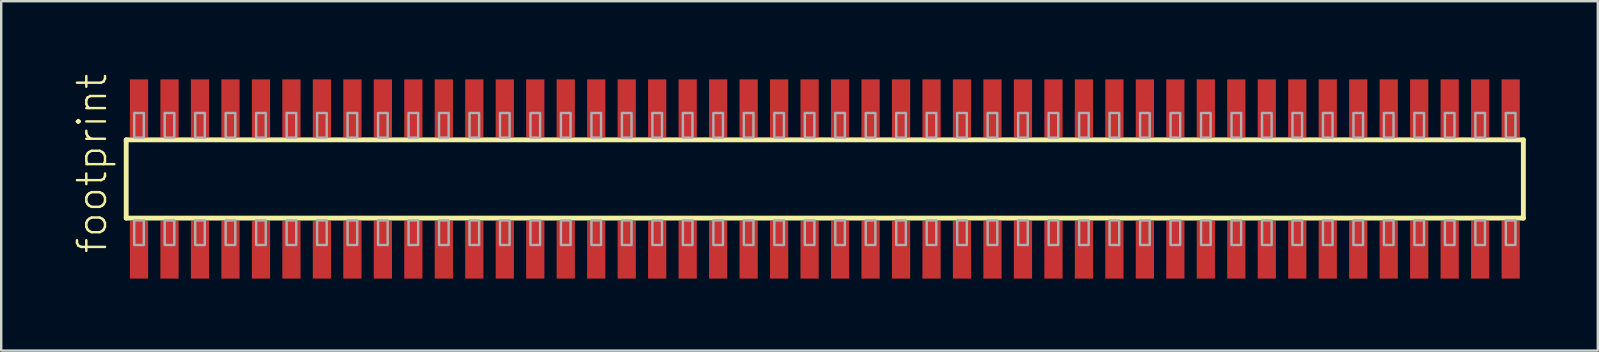
<source format=kicad_pcb>
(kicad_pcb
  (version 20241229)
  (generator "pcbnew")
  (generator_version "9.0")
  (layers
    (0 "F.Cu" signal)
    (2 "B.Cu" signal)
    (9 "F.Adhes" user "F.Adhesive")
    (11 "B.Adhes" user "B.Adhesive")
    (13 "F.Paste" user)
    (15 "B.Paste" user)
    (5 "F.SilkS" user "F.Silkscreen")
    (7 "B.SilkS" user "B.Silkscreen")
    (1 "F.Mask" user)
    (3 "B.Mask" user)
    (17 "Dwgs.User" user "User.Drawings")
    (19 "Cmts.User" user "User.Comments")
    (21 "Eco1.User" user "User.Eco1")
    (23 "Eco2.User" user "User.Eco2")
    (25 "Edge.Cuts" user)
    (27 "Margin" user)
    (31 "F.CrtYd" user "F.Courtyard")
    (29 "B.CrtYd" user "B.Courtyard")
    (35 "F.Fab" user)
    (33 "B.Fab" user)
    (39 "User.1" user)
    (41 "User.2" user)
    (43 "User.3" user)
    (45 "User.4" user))
  (footprint "footprint"
    (layer "F.Cu")
    (at 31.318 4.407)
    (property "Reference" "footprint" (at -29.845 3.175 90) (layer "F.SilkS") (effects (font (size 1.168 1.168) (thickness 0.102)) (justify left bottom)))
    (fp_line (start -29.11 -1.63) (end 29.105 -1.63) (stroke (width 0.203) (type solid)) (layer "F.SilkS"))
    (fp_line (start -29.11 1.63) (end -29.11 -1.63) (stroke (width 0.203) (type solid)) (layer "F.SilkS"))
    (fp_line (start 29.105 -1.63) (end 29.105 1.63) (stroke (width 0.203) (type solid)) (layer "F.SilkS"))
    (fp_line (start 29.105 1.63) (end -29.11 1.63) (stroke (width 0.203) (type solid)) (layer "F.SilkS"))
    (fp_poly (pts (xy -28.775 -1.725) (xy -28.375 -1.725) (xy -28.375 -2.75) (xy -28.775 -2.75)) (stroke (width 0.1) (type solid)) (fill no) (layer "F.Fab"))
    (fp_poly (pts (xy -28.375 1.725) (xy -28.775 1.725) (xy -28.775 2.75) (xy -28.375 2.75)) (stroke (width 0.1) (type solid)) (fill no) (layer "F.Fab"))
    (fp_poly (pts (xy -27.505 -1.725) (xy -27.105 -1.725) (xy -27.105 -2.75) (xy -27.505 -2.75)) (stroke (width 0.1) (type solid)) (fill no) (layer "F.Fab"))
    (fp_poly (pts (xy -27.105 1.725) (xy -27.505 1.725) (xy -27.505 2.75) (xy -27.105 2.75)) (stroke (width 0.1) (type solid)) (fill no) (layer "F.Fab"))
    (fp_poly (pts (xy -26.235 -1.725) (xy -25.835 -1.725) (xy -25.835 -2.75) (xy -26.235 -2.75)) (stroke (width 0.1) (type solid)) (fill no) (layer "F.Fab"))
    (fp_poly (pts (xy -25.835 1.725) (xy -26.235 1.725) (xy -26.235 2.75) (xy -25.835 2.75)) (stroke (width 0.1) (type solid)) (fill no) (layer "F.Fab"))
    (fp_poly (pts (xy -24.965 -1.725) (xy -24.565 -1.725) (xy -24.565 -2.75) (xy -24.965 -2.75)) (stroke (width 0.1) (type solid)) (fill no) (layer "F.Fab"))
    (fp_poly (pts (xy -24.565 1.725) (xy -24.965 1.725) (xy -24.965 2.75) (xy -24.565 2.75)) (stroke (width 0.1) (type solid)) (fill no) (layer "F.Fab"))
    (fp_poly (pts (xy -23.695 -1.725) (xy -23.295 -1.725) (xy -23.295 -2.75) (xy -23.695 -2.75)) (stroke (width 0.1) (type solid)) (fill no) (layer "F.Fab"))
    (fp_poly (pts (xy -23.295 1.725) (xy -23.695 1.725) (xy -23.695 2.75) (xy -23.295 2.75)) (stroke (width 0.1) (type solid)) (fill no) (layer "F.Fab"))
    (fp_poly (pts (xy -22.425 -1.725) (xy -22.025 -1.725) (xy -22.025 -2.75) (xy -22.425 -2.75)) (stroke (width 0.1) (type solid)) (fill no) (layer "F.Fab"))
    (fp_poly (pts (xy -22.025 1.725) (xy -22.425 1.725) (xy -22.425 2.75) (xy -22.025 2.75)) (stroke (width 0.1) (type solid)) (fill no) (layer "F.Fab"))
    (fp_poly (pts (xy -21.155 -1.725) (xy -20.755 -1.725) (xy -20.755 -2.75) (xy -21.155 -2.75)) (stroke (width 0.1) (type solid)) (fill no) (layer "F.Fab"))
    (fp_poly (pts (xy -20.755 1.725) (xy -21.155 1.725) (xy -21.155 2.75) (xy -20.755 2.75)) (stroke (width 0.1) (type solid)) (fill no) (layer "F.Fab"))
    (fp_poly (pts (xy -19.885 -1.725) (xy -19.485 -1.725) (xy -19.485 -2.75) (xy -19.885 -2.75)) (stroke (width 0.1) (type solid)) (fill no) (layer "F.Fab"))
    (fp_poly (pts (xy -19.485 1.725) (xy -19.885 1.725) (xy -19.885 2.75) (xy -19.485 2.75)) (stroke (width 0.1) (type solid)) (fill no) (layer "F.Fab"))
    (fp_poly (pts (xy -18.615 -1.725) (xy -18.215 -1.725) (xy -18.215 -2.75) (xy -18.615 -2.75)) (stroke (width 0.1) (type solid)) (fill no) (layer "F.Fab"))
    (fp_poly (pts (xy -18.215 1.725) (xy -18.615 1.725) (xy -18.615 2.75) (xy -18.215 2.75)) (stroke (width 0.1) (type solid)) (fill no) (layer "F.Fab"))
    (fp_poly (pts (xy -17.345 -1.725) (xy -16.945 -1.725) (xy -16.945 -2.75) (xy -17.345 -2.75)) (stroke (width 0.1) (type solid)) (fill no) (layer "F.Fab"))
    (fp_poly (pts (xy -16.945 1.725) (xy -17.345 1.725) (xy -17.345 2.75) (xy -16.945 2.75)) (stroke (width 0.1) (type solid)) (fill no) (layer "F.Fab"))
    (fp_poly (pts (xy -16.075 -1.725) (xy -15.675 -1.725) (xy -15.675 -2.75) (xy -16.075 -2.75)) (stroke (width 0.1) (type solid)) (fill no) (layer "F.Fab"))
    (fp_poly (pts (xy -15.675 1.725) (xy -16.075 1.725) (xy -16.075 2.75) (xy -15.675 2.75)) (stroke (width 0.1) (type solid)) (fill no) (layer "F.Fab"))
    (fp_poly (pts (xy -14.805 -1.725) (xy -14.405 -1.725) (xy -14.405 -2.75) (xy -14.805 -2.75)) (stroke (width 0.1) (type solid)) (fill no) (layer "F.Fab"))
    (fp_poly (pts (xy -14.405 1.725) (xy -14.805 1.725) (xy -14.805 2.75) (xy -14.405 2.75)) (stroke (width 0.1) (type solid)) (fill no) (layer "F.Fab"))
    (fp_poly (pts (xy -13.535 -1.725) (xy -13.135 -1.725) (xy -13.135 -2.75) (xy -13.535 -2.75)) (stroke (width 0.1) (type solid)) (fill no) (layer "F.Fab"))
    (fp_poly (pts (xy -13.135 1.725) (xy -13.535 1.725) (xy -13.535 2.75) (xy -13.135 2.75)) (stroke (width 0.1) (type solid)) (fill no) (layer "F.Fab"))
    (fp_poly (pts (xy -12.265 -1.725) (xy -11.865 -1.725) (xy -11.865 -2.75) (xy -12.265 -2.75)) (stroke (width 0.1) (type solid)) (fill no) (layer "F.Fab"))
    (fp_poly (pts (xy -11.865 1.725) (xy -12.265 1.725) (xy -12.265 2.75) (xy -11.865 2.75)) (stroke (width 0.1) (type solid)) (fill no) (layer "F.Fab"))
    (fp_poly (pts (xy -10.995 -1.725) (xy -10.595 -1.725) (xy -10.595 -2.75) (xy -10.995 -2.75)) (stroke (width 0.1) (type solid)) (fill no) (layer "F.Fab"))
    (fp_poly (pts (xy -10.595 1.725) (xy -10.995 1.725) (xy -10.995 2.75) (xy -10.595 2.75)) (stroke (width 0.1) (type solid)) (fill no) (layer "F.Fab"))
    (fp_poly (pts (xy -9.725 -1.725) (xy -9.325 -1.725) (xy -9.325 -2.75) (xy -9.725 -2.75)) (stroke (width 0.1) (type solid)) (fill no) (layer "F.Fab"))
    (fp_poly (pts (xy -9.325 1.725) (xy -9.725 1.725) (xy -9.725 2.75) (xy -9.325 2.75)) (stroke (width 0.1) (type solid)) (fill no) (layer "F.Fab"))
    (fp_poly (pts (xy -8.455 -1.725) (xy -8.055 -1.725) (xy -8.055 -2.75) (xy -8.455 -2.75)) (stroke (width 0.1) (type solid)) (fill no) (layer "F.Fab"))
    (fp_poly (pts (xy -8.055 1.725) (xy -8.455 1.725) (xy -8.455 2.75) (xy -8.055 2.75)) (stroke (width 0.1) (type solid)) (fill no) (layer "F.Fab"))
    (fp_poly (pts (xy -7.185 -1.725) (xy -6.785 -1.725) (xy -6.785 -2.75) (xy -7.185 -2.75)) (stroke (width 0.1) (type solid)) (fill no) (layer "F.Fab"))
    (fp_poly (pts (xy -6.785 1.725) (xy -7.185 1.725) (xy -7.185 2.75) (xy -6.785 2.75)) (stroke (width 0.1) (type solid)) (fill no) (layer "F.Fab"))
    (fp_poly (pts (xy -5.915 -1.725) (xy -5.515 -1.725) (xy -5.515 -2.75) (xy -5.915 -2.75)) (stroke (width 0.1) (type solid)) (fill no) (layer "F.Fab"))
    (fp_poly (pts (xy -5.515 1.725) (xy -5.915 1.725) (xy -5.915 2.75) (xy -5.515 2.75)) (stroke (width 0.1) (type solid)) (fill no) (layer "F.Fab"))
    (fp_poly (pts (xy -4.645 -1.725) (xy -4.245 -1.725) (xy -4.245 -2.75) (xy -4.645 -2.75)) (stroke (width 0.1) (type solid)) (fill no) (layer "F.Fab"))
    (fp_poly (pts (xy -4.245 1.725) (xy -4.645 1.725) (xy -4.645 2.75) (xy -4.245 2.75)) (stroke (width 0.1) (type solid)) (fill no) (layer "F.Fab"))
    (fp_poly (pts (xy -3.375 -1.725) (xy -2.975 -1.725) (xy -2.975 -2.75) (xy -3.375 -2.75)) (stroke (width 0.1) (type solid)) (fill no) (layer "F.Fab"))
    (fp_poly (pts (xy -2.975 1.725) (xy -3.375 1.725) (xy -3.375 2.75) (xy -2.975 2.75)) (stroke (width 0.1) (type solid)) (fill no) (layer "F.Fab"))
    (fp_poly (pts (xy -2.105 -1.725) (xy -1.705 -1.725) (xy -1.705 -2.75) (xy -2.105 -2.75)) (stroke (width 0.1) (type solid)) (fill no) (layer "F.Fab"))
    (fp_poly (pts (xy -1.705 1.725) (xy -2.105 1.725) (xy -2.105 2.75) (xy -1.705 2.75)) (stroke (width 0.1) (type solid)) (fill no) (layer "F.Fab"))
    (fp_poly (pts (xy -0.835 -1.725) (xy -0.435 -1.725) (xy -0.435 -2.75) (xy -0.835 -2.75)) (stroke (width 0.1) (type solid)) (fill no) (layer "F.Fab"))
    (fp_poly (pts (xy -0.435 1.725) (xy -0.835 1.725) (xy -0.835 2.75) (xy -0.435 2.75)) (stroke (width 0.1) (type solid)) (fill no) (layer "F.Fab"))
    (fp_poly (pts (xy 0.435 -1.725) (xy 0.835 -1.725) (xy 0.835 -2.75) (xy 0.435 -2.75)) (stroke (width 0.1) (type solid)) (fill no) (layer "F.Fab"))
    (fp_poly (pts (xy 0.835 1.725) (xy 0.435 1.725) (xy 0.435 2.75) (xy 0.835 2.75)) (stroke (width 0.1) (type solid)) (fill no) (layer "F.Fab"))
    (fp_poly (pts (xy 1.705 -1.725) (xy 2.105 -1.725) (xy 2.105 -2.75) (xy 1.705 -2.75)) (stroke (width 0.1) (type solid)) (fill no) (layer "F.Fab"))
    (fp_poly (pts (xy 2.105 1.725) (xy 1.705 1.725) (xy 1.705 2.75) (xy 2.105 2.75)) (stroke (width 0.1) (type solid)) (fill no) (layer "F.Fab"))
    (fp_poly (pts (xy 2.975 -1.725) (xy 3.375 -1.725) (xy 3.375 -2.75) (xy 2.975 -2.75)) (stroke (width 0.1) (type solid)) (fill no) (layer "F.Fab"))
    (fp_poly (pts (xy 3.375 1.725) (xy 2.975 1.725) (xy 2.975 2.75) (xy 3.375 2.75)) (stroke (width 0.1) (type solid)) (fill no) (layer "F.Fab"))
    (fp_poly (pts (xy 4.245 -1.725) (xy 4.645 -1.725) (xy 4.645 -2.75) (xy 4.245 -2.75)) (stroke (width 0.1) (type solid)) (fill no) (layer "F.Fab"))
    (fp_poly (pts (xy 4.645 1.725) (xy 4.245 1.725) (xy 4.245 2.75) (xy 4.645 2.75)) (stroke (width 0.1) (type solid)) (fill no) (layer "F.Fab"))
    (fp_poly (pts (xy 5.515 -1.725) (xy 5.915 -1.725) (xy 5.915 -2.75) (xy 5.515 -2.75)) (stroke (width 0.1) (type solid)) (fill no) (layer "F.Fab"))
    (fp_poly (pts (xy 5.915 1.725) (xy 5.515 1.725) (xy 5.515 2.75) (xy 5.915 2.75)) (stroke (width 0.1) (type solid)) (fill no) (layer "F.Fab"))
    (fp_poly (pts (xy 6.785 -1.725) (xy 7.185 -1.725) (xy 7.185 -2.75) (xy 6.785 -2.75)) (stroke (width 0.1) (type solid)) (fill no) (layer "F.Fab"))
    (fp_poly (pts (xy 7.185 1.725) (xy 6.785 1.725) (xy 6.785 2.75) (xy 7.185 2.75)) (stroke (width 0.1) (type solid)) (fill no) (layer "F.Fab"))
    (fp_poly (pts (xy 8.055 -1.725) (xy 8.455 -1.725) (xy 8.455 -2.75) (xy 8.055 -2.75)) (stroke (width 0.1) (type solid)) (fill no) (layer "F.Fab"))
    (fp_poly (pts (xy 8.455 1.725) (xy 8.055 1.725) (xy 8.055 2.75) (xy 8.455 2.75)) (stroke (width 0.1) (type solid)) (fill no) (layer "F.Fab"))
    (fp_poly (pts (xy 9.325 -1.725) (xy 9.725 -1.725) (xy 9.725 -2.75) (xy 9.325 -2.75)) (stroke (width 0.1) (type solid)) (fill no) (layer "F.Fab"))
    (fp_poly (pts (xy 9.725 1.725) (xy 9.325 1.725) (xy 9.325 2.75) (xy 9.725 2.75)) (stroke (width 0.1) (type solid)) (fill no) (layer "F.Fab"))
    (fp_poly (pts (xy 10.595 -1.725) (xy 10.995 -1.725) (xy 10.995 -2.75) (xy 10.595 -2.75)) (stroke (width 0.1) (type solid)) (fill no) (layer "F.Fab"))
    (fp_poly (pts (xy 10.995 1.725) (xy 10.595 1.725) (xy 10.595 2.75) (xy 10.995 2.75)) (stroke (width 0.1) (type solid)) (fill no) (layer "F.Fab"))
    (fp_poly (pts (xy 11.865 -1.725) (xy 12.265 -1.725) (xy 12.265 -2.75) (xy 11.865 -2.75)) (stroke (width 0.1) (type solid)) (fill no) (layer "F.Fab"))
    (fp_poly (pts (xy 12.265 1.725) (xy 11.865 1.725) (xy 11.865 2.75) (xy 12.265 2.75)) (stroke (width 0.1) (type solid)) (fill no) (layer "F.Fab"))
    (fp_poly (pts (xy 13.135 -1.725) (xy 13.535 -1.725) (xy 13.535 -2.75) (xy 13.135 -2.75)) (stroke (width 0.1) (type solid)) (fill no) (layer "F.Fab"))
    (fp_poly (pts (xy 13.535 1.725) (xy 13.135 1.725) (xy 13.135 2.75) (xy 13.535 2.75)) (stroke (width 0.1) (type solid)) (fill no) (layer "F.Fab"))
    (fp_poly (pts (xy 14.405 -1.725) (xy 14.805 -1.725) (xy 14.805 -2.75) (xy 14.405 -2.75)) (stroke (width 0.1) (type solid)) (fill no) (layer "F.Fab"))
    (fp_poly (pts (xy 14.805 1.725) (xy 14.405 1.725) (xy 14.405 2.75) (xy 14.805 2.75)) (stroke (width 0.1) (type solid)) (fill no) (layer "F.Fab"))
    (fp_poly (pts (xy 15.675 -1.725) (xy 16.075 -1.725) (xy 16.075 -2.75) (xy 15.675 -2.75)) (stroke (width 0.1) (type solid)) (fill no) (layer "F.Fab"))
    (fp_poly (pts (xy 16.075 1.725) (xy 15.675 1.725) (xy 15.675 2.75) (xy 16.075 2.75)) (stroke (width 0.1) (type solid)) (fill no) (layer "F.Fab"))
    (fp_poly (pts (xy 16.945 -1.725) (xy 17.345 -1.725) (xy 17.345 -2.75) (xy 16.945 -2.75)) (stroke (width 0.1) (type solid)) (fill no) (layer "F.Fab"))
    (fp_poly (pts (xy 17.345 1.725) (xy 16.945 1.725) (xy 16.945 2.75) (xy 17.345 2.75)) (stroke (width 0.1) (type solid)) (fill no) (layer "F.Fab"))
    (fp_poly (pts (xy 18.215 -1.725) (xy 18.615 -1.725) (xy 18.615 -2.75) (xy 18.215 -2.75)) (stroke (width 0.1) (type solid)) (fill no) (layer "F.Fab"))
    (fp_poly (pts (xy 18.615 1.725) (xy 18.215 1.725) (xy 18.215 2.75) (xy 18.615 2.75)) (stroke (width 0.1) (type solid)) (fill no) (layer "F.Fab"))
    (fp_poly (pts (xy 19.485 -1.725) (xy 19.885 -1.725) (xy 19.885 -2.75) (xy 19.485 -2.75)) (stroke (width 0.1) (type solid)) (fill no) (layer "F.Fab"))
    (fp_poly (pts (xy 19.885 1.725) (xy 19.485 1.725) (xy 19.485 2.75) (xy 19.885 2.75)) (stroke (width 0.1) (type solid)) (fill no) (layer "F.Fab"))
    (fp_poly (pts (xy 20.755 -1.725) (xy 21.155 -1.725) (xy 21.155 -2.75) (xy 20.755 -2.75)) (stroke (width 0.1) (type solid)) (fill no) (layer "F.Fab"))
    (fp_poly (pts (xy 21.155 1.725) (xy 20.755 1.725) (xy 20.755 2.75) (xy 21.155 2.75)) (stroke (width 0.1) (type solid)) (fill no) (layer "F.Fab"))
    (fp_poly (pts (xy 22.025 -1.725) (xy 22.425 -1.725) (xy 22.425 -2.75) (xy 22.025 -2.75)) (stroke (width 0.1) (type solid)) (fill no) (layer "F.Fab"))
    (fp_poly (pts (xy 22.425 1.725) (xy 22.025 1.725) (xy 22.025 2.75) (xy 22.425 2.75)) (stroke (width 0.1) (type solid)) (fill no) (layer "F.Fab"))
    (fp_poly (pts (xy 23.295 -1.725) (xy 23.695 -1.725) (xy 23.695 -2.75) (xy 23.295 -2.75)) (stroke (width 0.1) (type solid)) (fill no) (layer "F.Fab"))
    (fp_poly (pts (xy 23.695 1.725) (xy 23.295 1.725) (xy 23.295 2.75) (xy 23.695 2.75)) (stroke (width 0.1) (type solid)) (fill no) (layer "F.Fab"))
    (fp_poly (pts (xy 24.565 -1.725) (xy 24.965 -1.725) (xy 24.965 -2.75) (xy 24.565 -2.75)) (stroke (width 0.1) (type solid)) (fill no) (layer "F.Fab"))
    (fp_poly (pts (xy 24.965 1.725) (xy 24.565 1.725) (xy 24.565 2.75) (xy 24.965 2.75)) (stroke (width 0.1) (type solid)) (fill no) (layer "F.Fab"))
    (fp_poly (pts (xy 25.835 -1.725) (xy 26.235 -1.725) (xy 26.235 -2.75) (xy 25.835 -2.75)) (stroke (width 0.1) (type solid)) (fill no) (layer "F.Fab"))
    (fp_poly (pts (xy 26.235 1.725) (xy 25.835 1.725) (xy 25.835 2.75) (xy 26.235 2.75)) (stroke (width 0.1) (type solid)) (fill no) (layer "F.Fab"))
    (fp_poly (pts (xy 27.105 -1.725) (xy 27.505 -1.725) (xy 27.505 -2.75) (xy 27.105 -2.75)) (stroke (width 0.1) (type solid)) (fill no) (layer "F.Fab"))
    (fp_poly (pts (xy 27.505 1.725) (xy 27.105 1.725) (xy 27.105 2.75) (xy 27.505 2.75)) (stroke (width 0.1) (type solid)) (fill no) (layer "F.Fab"))
    (fp_poly (pts (xy 28.375 -1.725) (xy 28.775 -1.725) (xy 28.775 -2.75) (xy 28.375 -2.75)) (stroke (width 0.1) (type solid)) (fill no) (layer "F.Fab"))
    (fp_poly (pts (xy 28.775 1.725) (xy 28.375 1.725) (xy 28.375 2.75) (xy 28.775 2.75)) (stroke (width 0.1) (type solid)) (fill no) (layer "F.Fab"))
    (pad "1" smd rect (at -28.575 2.95) (size 0.76 2.4) (layers "F.Cu" "F.Mask" "F.Paste"))
    (pad "2" smd rect (at -28.575 -2.95) (size 0.76 2.4) (layers "F.Cu" "F.Mask" "F.Paste"))
    (pad "3" smd rect (at -27.305 2.95) (size 0.76 2.4) (layers "F.Cu" "F.Mask" "F.Paste"))
    (pad "4" smd rect (at -27.305 -2.95) (size 0.76 2.4) (layers "F.Cu" "F.Mask" "F.Paste"))
    (pad "5" smd rect (at -26.035 2.95) (size 0.76 2.4) (layers "F.Cu" "F.Mask" "F.Paste"))
    (pad "6" smd rect (at -26.035 -2.95) (size 0.76 2.4) (layers "F.Cu" "F.Mask" "F.Paste"))
    (pad "7" smd rect (at -24.765 2.95) (size 0.76 2.4) (layers "F.Cu" "F.Mask" "F.Paste"))
    (pad "8" smd rect (at -24.765 -2.95) (size 0.76 2.4) (layers "F.Cu" "F.Mask" "F.Paste"))
    (pad "9" smd rect (at -23.495 2.95) (size 0.76 2.4) (layers "F.Cu" "F.Mask" "F.Paste"))
    (pad "10" smd rect (at -23.495 -2.95) (size 0.76 2.4) (layers "F.Cu" "F.Mask" "F.Paste"))
    (pad "11" smd rect (at -22.225 2.95) (size 0.76 2.4) (layers "F.Cu" "F.Mask" "F.Paste"))
    (pad "12" smd rect (at -22.225 -2.95) (size 0.76 2.4) (layers "F.Cu" "F.Mask" "F.Paste"))
    (pad "13" smd rect (at -20.955 2.95) (size 0.76 2.4) (layers "F.Cu" "F.Mask" "F.Paste"))
    (pad "14" smd rect (at -20.955 -2.95) (size 0.76 2.4) (layers "F.Cu" "F.Mask" "F.Paste"))
    (pad "15" smd rect (at -19.685 2.95) (size 0.76 2.4) (layers "F.Cu" "F.Mask" "F.Paste"))
    (pad "16" smd rect (at -19.685 -2.95) (size 0.76 2.4) (layers "F.Cu" "F.Mask" "F.Paste"))
    (pad "17" smd rect (at -18.415 2.95) (size 0.76 2.4) (layers "F.Cu" "F.Mask" "F.Paste"))
    (pad "18" smd rect (at -18.415 -2.95) (size 0.76 2.4) (layers "F.Cu" "F.Mask" "F.Paste"))
    (pad "19" smd rect (at -17.145 2.95) (size 0.76 2.4) (layers "F.Cu" "F.Mask" "F.Paste"))
    (pad "20" smd rect (at -17.145 -2.95) (size 0.76 2.4) (layers "F.Cu" "F.Mask" "F.Paste"))
    (pad "21" smd rect (at -15.875 2.95) (size 0.76 2.4) (layers "F.Cu" "F.Mask" "F.Paste"))
    (pad "22" smd rect (at -15.875 -2.95) (size 0.76 2.4) (layers "F.Cu" "F.Mask" "F.Paste"))
    (pad "23" smd rect (at -14.605 2.95) (size 0.76 2.4) (layers "F.Cu" "F.Mask" "F.Paste"))
    (pad "24" smd rect (at -14.605 -2.95) (size 0.76 2.4) (layers "F.Cu" "F.Mask" "F.Paste"))
    (pad "25" smd rect (at -13.335 2.95) (size 0.76 2.4) (layers "F.Cu" "F.Mask" "F.Paste"))
    (pad "26" smd rect (at -13.335 -2.95) (size 0.76 2.4) (layers "F.Cu" "F.Mask" "F.Paste"))
    (pad "27" smd rect (at -12.065 2.95) (size 0.76 2.4) (layers "F.Cu" "F.Mask" "F.Paste"))
    (pad "28" smd rect (at -12.065 -2.95) (size 0.76 2.4) (layers "F.Cu" "F.Mask" "F.Paste"))
    (pad "29" smd rect (at -10.795 2.95) (size 0.76 2.4) (layers "F.Cu" "F.Mask" "F.Paste"))
    (pad "30" smd rect (at -10.795 -2.95) (size 0.76 2.4) (layers "F.Cu" "F.Mask" "F.Paste"))
    (pad "31" smd rect (at -9.525 2.95) (size 0.76 2.4) (layers "F.Cu" "F.Mask" "F.Paste"))
    (pad "32" smd rect (at -9.525 -2.95) (size 0.76 2.4) (layers "F.Cu" "F.Mask" "F.Paste"))
    (pad "33" smd rect (at -8.255 2.95) (size 0.76 2.4) (layers "F.Cu" "F.Mask" "F.Paste"))
    (pad "34" smd rect (at -8.255 -2.95) (size 0.76 2.4) (layers "F.Cu" "F.Mask" "F.Paste"))
    (pad "35" smd rect (at -6.985 2.95) (size 0.76 2.4) (layers "F.Cu" "F.Mask" "F.Paste"))
    (pad "36" smd rect (at -6.985 -2.95) (size 0.76 2.4) (layers "F.Cu" "F.Mask" "F.Paste"))
    (pad "37" smd rect (at -5.715 2.95) (size 0.76 2.4) (layers "F.Cu" "F.Mask" "F.Paste"))
    (pad "38" smd rect (at -5.715 -2.95) (size 0.76 2.4) (layers "F.Cu" "F.Mask" "F.Paste"))
    (pad "39" smd rect (at -4.445 2.95) (size 0.76 2.4) (layers "F.Cu" "F.Mask" "F.Paste"))
    (pad "40" smd rect (at -4.445 -2.95) (size 0.76 2.4) (layers "F.Cu" "F.Mask" "F.Paste"))
    (pad "41" smd rect (at -3.175 2.95) (size 0.76 2.4) (layers "F.Cu" "F.Mask" "F.Paste"))
    (pad "42" smd rect (at -3.175 -2.95) (size 0.76 2.4) (layers "F.Cu" "F.Mask" "F.Paste"))
    (pad "43" smd rect (at -1.905 2.95) (size 0.76 2.4) (layers "F.Cu" "F.Mask" "F.Paste"))
    (pad "44" smd rect (at -1.905 -2.95) (size 0.76 2.4) (layers "F.Cu" "F.Mask" "F.Paste"))
    (pad "45" smd rect (at -0.635 2.95) (size 0.76 2.4) (layers "F.Cu" "F.Mask" "F.Paste"))
    (pad "46" smd rect (at -0.635 -2.95) (size 0.76 2.4) (layers "F.Cu" "F.Mask" "F.Paste"))
    (pad "47" smd rect (at 0.635 2.95) (size 0.76 2.4) (layers "F.Cu" "F.Mask" "F.Paste"))
    (pad "48" smd rect (at 0.635 -2.95) (size 0.76 2.4) (layers "F.Cu" "F.Mask" "F.Paste"))
    (pad "49" smd rect (at 1.905 2.95) (size 0.76 2.4) (layers "F.Cu" "F.Mask" "F.Paste"))
    (pad "50" smd rect (at 1.905 -2.95) (size 0.76 2.4) (layers "F.Cu" "F.Mask" "F.Paste"))
    (pad "51" smd rect (at 3.175 2.95) (size 0.76 2.4) (layers "F.Cu" "F.Mask" "F.Paste"))
    (pad "52" smd rect (at 3.175 -2.95) (size 0.76 2.4) (layers "F.Cu" "F.Mask" "F.Paste"))
    (pad "53" smd rect (at 4.445 2.95) (size 0.76 2.4) (layers "F.Cu" "F.Mask" "F.Paste"))
    (pad "54" smd rect (at 4.445 -2.95) (size 0.76 2.4) (layers "F.Cu" "F.Mask" "F.Paste"))
    (pad "55" smd rect (at 5.715 2.95) (size 0.76 2.4) (layers "F.Cu" "F.Mask" "F.Paste"))
    (pad "56" smd rect (at 5.715 -2.95) (size 0.76 2.4) (layers "F.Cu" "F.Mask" "F.Paste"))
    (pad "57" smd rect (at 6.985 2.95) (size 0.76 2.4) (layers "F.Cu" "F.Mask" "F.Paste"))
    (pad "58" smd rect (at 6.985 -2.95) (size 0.76 2.4) (layers "F.Cu" "F.Mask" "F.Paste"))
    (pad "59" smd rect (at 8.255 2.95) (size 0.76 2.4) (layers "F.Cu" "F.Mask" "F.Paste"))
    (pad "60" smd rect (at 8.255 -2.95) (size 0.76 2.4) (layers "F.Cu" "F.Mask" "F.Paste"))
    (pad "61" smd rect (at 9.525 2.95) (size 0.76 2.4) (layers "F.Cu" "F.Mask" "F.Paste"))
    (pad "62" smd rect (at 9.525 -2.95) (size 0.76 2.4) (layers "F.Cu" "F.Mask" "F.Paste"))
    (pad "63" smd rect (at 10.795 2.95) (size 0.76 2.4) (layers "F.Cu" "F.Mask" "F.Paste"))
    (pad "64" smd rect (at 10.795 -2.95) (size 0.76 2.4) (layers "F.Cu" "F.Mask" "F.Paste"))
    (pad "65" smd rect (at 12.065 2.95) (size 0.76 2.4) (layers "F.Cu" "F.Mask" "F.Paste"))
    (pad "66" smd rect (at 12.065 -2.95) (size 0.76 2.4) (layers "F.Cu" "F.Mask" "F.Paste"))
    (pad "67" smd rect (at 13.335 2.95) (size 0.76 2.4) (layers "F.Cu" "F.Mask" "F.Paste"))
    (pad "68" smd rect (at 13.335 -2.95) (size 0.76 2.4) (layers "F.Cu" "F.Mask" "F.Paste"))
    (pad "69" smd rect (at 14.605 2.95) (size 0.76 2.4) (layers "F.Cu" "F.Mask" "F.Paste"))
    (pad "70" smd rect (at 14.605 -2.95) (size 0.76 2.4) (layers "F.Cu" "F.Mask" "F.Paste"))
    (pad "71" smd rect (at 15.875 2.95) (size 0.76 2.4) (layers "F.Cu" "F.Mask" "F.Paste"))
    (pad "72" smd rect (at 15.875 -2.95) (size 0.76 2.4) (layers "F.Cu" "F.Mask" "F.Paste"))
    (pad "73" smd rect (at 17.145 2.95) (size 0.76 2.4) (layers "F.Cu" "F.Mask" "F.Paste"))
    (pad "74" smd rect (at 17.145 -2.95) (size 0.76 2.4) (layers "F.Cu" "F.Mask" "F.Paste"))
    (pad "75" smd rect (at 18.415 2.95) (size 0.76 2.4) (layers "F.Cu" "F.Mask" "F.Paste"))
    (pad "76" smd rect (at 18.415 -2.95) (size 0.76 2.4) (layers "F.Cu" "F.Mask" "F.Paste"))
    (pad "77" smd rect (at 19.685 2.95) (size 0.76 2.4) (layers "F.Cu" "F.Mask" "F.Paste"))
    (pad "78" smd rect (at 19.685 -2.95) (size 0.76 2.4) (layers "F.Cu" "F.Mask" "F.Paste"))
    (pad "79" smd rect (at 20.955 2.95) (size 0.76 2.4) (layers "F.Cu" "F.Mask" "F.Paste"))
    (pad "80" smd rect (at 20.955 -2.95) (size 0.76 2.4) (layers "F.Cu" "F.Mask" "F.Paste"))
    (pad "81" smd rect (at 22.225 2.95) (size 0.76 2.4) (layers "F.Cu" "F.Mask" "F.Paste"))
    (pad "82" smd rect (at 22.225 -2.95) (size 0.76 2.4) (layers "F.Cu" "F.Mask" "F.Paste"))
    (pad "83" smd rect (at 23.495 2.95) (size 0.76 2.4) (layers "F.Cu" "F.Mask" "F.Paste"))
    (pad "84" smd rect (at 23.495 -2.95) (size 0.76 2.4) (layers "F.Cu" "F.Mask" "F.Paste"))
    (pad "85" smd rect (at 24.765 2.95) (size 0.76 2.4) (layers "F.Cu" "F.Mask" "F.Paste"))
    (pad "86" smd rect (at 24.765 -2.95) (size 0.76 2.4) (layers "F.Cu" "F.Mask" "F.Paste"))
    (pad "87" smd rect (at 26.035 2.95) (size 0.76 2.4) (layers "F.Cu" "F.Mask" "F.Paste"))
    (pad "88" smd rect (at 26.035 -2.95) (size 0.76 2.4) (layers "F.Cu" "F.Mask" "F.Paste"))
    (pad "89" smd rect (at 27.305 2.95) (size 0.76 2.4) (layers "F.Cu" "F.Mask" "F.Paste"))
    (pad "90" smd rect (at 27.305 -2.95) (size 0.76 2.4) (layers "F.Cu" "F.Mask" "F.Paste"))
    (pad "91" smd rect (at 28.575 2.95) (size 0.76 2.4) (layers "F.Cu" "F.Mask" "F.Paste"))
    (pad "92" smd rect (at 28.575 -2.95) (size 0.76 2.4) (layers "F.Cu" "F.Mask" "F.Paste")))
  (gr_rect
    (start -3 -3)
    (end 63.525 11.557)
    (stroke (width 0.1) (type default))
    (fill no)
    (layer "Edge.Cuts")))
</source>
